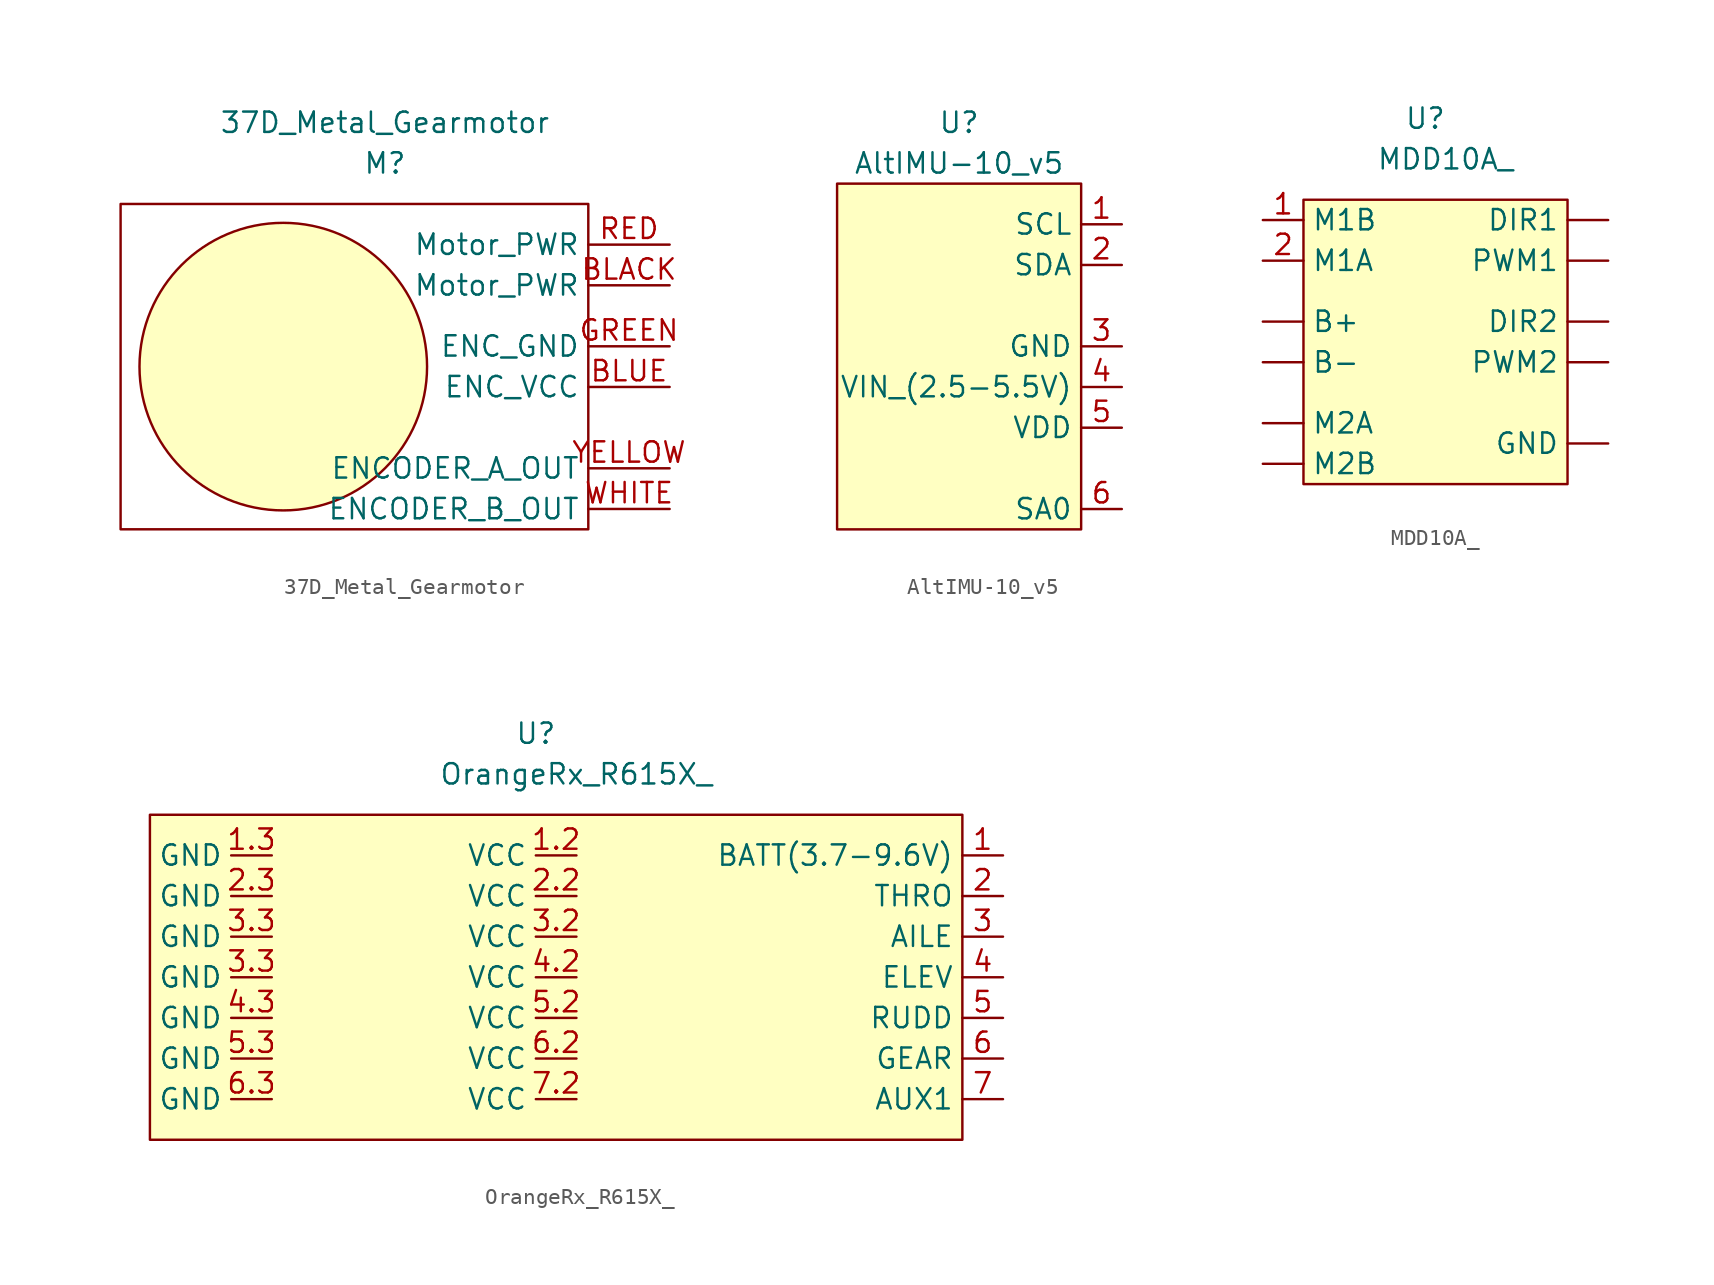
<source format=kicad_sym>
(kicad_symbol_lib
  (version 20211014)
  (generator kicad_symbol_editor)
  (symbol "37D_Metal_Gearmotor"
    (property "Reference" "M"
      (at -5.08 -1.27 0)
      (effects (font (size 1.27 1.27))))
    (property "Value" "37D_Metal_Gearmotor"
      (at -5.08 1.27 0)
      (effects (font (size 1.27 1.27))))
    (symbol "37D_Metal_Gearmotor_0_1"
      (rectangle (start -21.59 -3.81) (end 7.62 -24.13) (stroke (width 0) (type default) (color 0 0 0 0)) (fill (type none)))
      (circle (center -11.43 -13.97) (radius 8.98) (stroke (width 0) (type default) (color 0 0 0 0)) (fill (type background))))
    (symbol "37D_Metal_Gearmotor_1_1"
      (pin input line (at 12.7 -8.89 180) (length 5.08) (name "Motor_PWR" (effects (font (size 1.27 1.27)))) (number "BLACK" (effects (font (size 1.27 1.27)))))
      (pin input line (at 12.7 -15.24 180) (length 5.08) (name "ENC_VCC" (effects (font (size 1.27 1.27)))) (number "BLUE" (effects (font (size 1.27 1.27)))))
      (pin input line (at 12.7 -12.7 180) (length 5.08) (name "ENC_GND" (effects (font (size 1.27 1.27)))) (number "GREEN" (effects (font (size 1.27 1.27)))))
      (pin input line (at 12.7 -6.35 180) (length 5.08) (name "Motor_PWR" (effects (font (size 1.27 1.27)))) (number "RED" (effects (font (size 1.27 1.27)))))
      (pin input line (at 12.7 -22.86 180) (length 5.08) (name "ENCODER_B_OUT" (effects (font (size 1.27 1.27)))) (number "WHITE" (effects (font (size 1.27 1.27)))))
      (pin input line (at 12.7 -20.32 180) (length 5.08) (name "ENCODER_A_OUT" (effects (font (size 1.27 1.27)))) (number "YELLOW" (effects (font (size 1.27 1.27)))))))
  (symbol "AltIMU-10_v5"
    (property "Reference" "U"
      (at -13.97 3.81 0)
      (effects (font (size 1.27 1.27))))
    (property "Value" "AltIMU-10_v5"
      (at -13.97 1.27 0)
      (effects (font (size 1.27 1.27))))
    (symbol "AltIMU-10_v5_0_1"
      (rectangle (start -21.59 0) (end -6.35 -21.59) (stroke (width 0) (type default) (color 0 0 0 0)) (fill (type background))))
    (symbol "AltIMU-10_v5_1_1"
      (pin input line (at -3.81 -2.54 180) (length 2.54) (name "SCL" (effects (font (size 1.27 1.27)))) (number "1" (effects (font (size 1.27 1.27)))))
      (pin input line (at -3.81 -5.08 180) (length 2.54) (name "SDA" (effects (font (size 1.27 1.27)))) (number "2" (effects (font (size 1.27 1.27)))))
      (pin input line (at -3.81 -10.16 180) (length 2.54) (name "GND" (effects (font (size 1.27 1.27)))) (number "3" (effects (font (size 1.27 1.27)))))
      (pin input line (at -3.81 -12.7 180) (length 2.54) (name "VIN_(2.5-5.5V)" (effects (font (size 1.27 1.27)))) (number "4" (effects (font (size 1.27 1.27)))))
      (pin input line (at -3.81 -15.24 180) (length 2.54) (name "VDD" (effects (font (size 1.27 1.27)))) (number "5" (effects (font (size 1.27 1.27)))))
      (pin input line (at -3.81 -20.32 180) (length 2.54) (name "SA0" (effects (font (size 1.27 1.27)))) (number "6" (effects (font (size 1.27 1.27)))))))
  (symbol "MDD10A_"
    (property "Reference" "U"
      (at 2.54 2.54 0)
      (effects (font (size 1.27 1.27))))
    (property "Value" "MDD10A_"
      (at 3.81 0 0)
      (effects (font (size 1.27 1.27))))
    (symbol "MDD10A__0_1"
      (rectangle (start -5.08 -2.54) (end 11.43 -20.32) (stroke (width 0) (type default) (color 0 0 0 0)) (fill (type background))))
    (symbol "MDD10A__1_1"
      (pin input line (at -7.62 -10.16 0) (length 2.54) (name "B+" (effects (font (size 1.27 1.27)))) (number "" (effects (font (size 1.27 1.27)))))
      (pin input line (at -7.62 -12.7 0) (length 2.54) (name "B-" (effects (font (size 1.27 1.27)))) (number "" (effects (font (size 1.27 1.27)))))
      (pin input line (at 13.97 -3.81 180) (length 2.54) (name "DIR1" (effects (font (size 1.27 1.27)))) (number "" (effects (font (size 1.27 1.27)))))
      (pin input line (at 13.97 -10.16 180) (length 2.54) (name "DIR2" (effects (font (size 1.27 1.27)))) (number "" (effects (font (size 1.27 1.27)))))
      (pin input line (at 13.97 -17.78 180) (length 2.54) (name "GND" (effects (font (size 1.27 1.27)))) (number "" (effects (font (size 1.27 1.27)))))
      (pin input line (at -7.62 -16.51 0) (length 2.54) (name "M2A" (effects (font (size 1.27 1.27)))) (number "" (effects (font (size 1.27 1.27)))))
      (pin input line (at -7.62 -19.05 0) (length 2.54) (name "M2B" (effects (font (size 1.27 1.27)))) (number "" (effects (font (size 1.27 1.27)))))
      (pin input line (at 13.97 -6.35 180) (length 2.54) (name "PWM1" (effects (font (size 1.27 1.27)))) (number "" (effects (font (size 1.27 1.27)))))
      (pin input line (at 13.97 -12.7 180) (length 2.54) (name "PWM2" (effects (font (size 1.27 1.27)))) (number "" (effects (font (size 1.27 1.27)))))
      (pin input line (at -7.62 -3.81 0) (length 2.54) (name "M1B" (effects (font (size 1.27 1.27)))) (number "1" (effects (font (size 1.27 1.27)))))
      (pin input line (at -7.62 -6.35 0) (length 2.54) (name "M1A" (effects (font (size 1.27 1.27)))) (number "2" (effects (font (size 1.27 1.27)))))))
  (symbol "OrangeRx_R615X_"
    (property "Reference" "U"
      (at 0 0 0)
      (effects (font (size 1.27 1.27))))
    (property "Value" "OrangeRx_R615X_"
      (at 2.54 -2.54 0)
      (effects (font (size 1.27 1.27))))
    (symbol "OrangeRx_R615X__0_1"
      (rectangle (start -24.13 -5.08) (end 26.67 -25.4) (stroke (width 0) (type default) (color 0 0 0 0)) (fill (type background))))
    (symbol "OrangeRx_R615X__1_1"
      (pin input line (at 29.21 -7.62 180) (length 2.54) (name "BATT(3.7-9.6V)" (effects (font (size 1.27 1.27)))) (number "1" (effects (font (size 1.27 1.27)))))
      (pin input line (at 2.54 -7.62 180) (length 2.54) (name "VCC" (effects (font (size 1.27 1.27)))) (number "1.2" (effects (font (size 1.27 1.27)))))
      (pin input line (at -16.51 -7.62 180) (length 2.54) (name "GND" (effects (font (size 1.27 1.27)))) (number "1.3" (effects (font (size 1.27 1.27)))))
      (pin input line (at 29.21 -10.16 180) (length 2.54) (name "THRO" (effects (font (size 1.27 1.27)))) (number "2" (effects (font (size 1.27 1.27)))))
      (pin input line (at 2.54 -10.16 180) (length 2.54) (name "VCC" (effects (font (size 1.27 1.27)))) (number "2.2" (effects (font (size 1.27 1.27)))))
      (pin input line (at -16.51 -10.16 180) (length 2.54) (name "GND" (effects (font (size 1.27 1.27)))) (number "2.3" (effects (font (size 1.27 1.27)))))
      (pin input line (at 29.21 -12.7 180) (length 2.54) (name "AILE" (effects (font (size 1.27 1.27)))) (number "3" (effects (font (size 1.27 1.27)))))
      (pin input line (at 2.54 -12.7 180) (length 2.54) (name "VCC" (effects (font (size 1.27 1.27)))) (number "3.2" (effects (font (size 1.27 1.27)))))
      (pin input line (at -16.51 -15.24 180) (length 2.54) (name "GND" (effects (font (size 1.27 1.27)))) (number "3.3" (effects (font (size 1.27 1.27)))))
      (pin input line (at -16.51 -12.7 180) (length 2.54) (name "GND" (effects (font (size 1.27 1.27)))) (number "3.3" (effects (font (size 1.27 1.27)))))
      (pin input line (at 29.21 -15.24 180) (length 2.54) (name "ELEV" (effects (font (size 1.27 1.27)))) (number "4" (effects (font (size 1.27 1.27)))))
      (pin input line (at 2.54 -15.24 180) (length 2.54) (name "VCC" (effects (font (size 1.27 1.27)))) (number "4.2" (effects (font (size 1.27 1.27)))))
      (pin input line (at -16.51 -17.78 180) (length 2.54) (name "GND" (effects (font (size 1.27 1.27)))) (number "4.3" (effects (font (size 1.27 1.27)))))
      (pin input line (at 29.21 -17.78 180) (length 2.54) (name "RUDD" (effects (font (size 1.27 1.27)))) (number "5" (effects (font (size 1.27 1.27)))))
      (pin input line (at 2.54 -17.78 180) (length 2.54) (name "VCC" (effects (font (size 1.27 1.27)))) (number "5.2" (effects (font (size 1.27 1.27)))))
      (pin input line (at -16.51 -20.32 180) (length 2.54) (name "GND" (effects (font (size 1.27 1.27)))) (number "5.3" (effects (font (size 1.27 1.27)))))
      (pin input line (at 29.21 -20.32 180) (length 2.54) (name "GEAR" (effects (font (size 1.27 1.27)))) (number "6" (effects (font (size 1.27 1.27)))))
      (pin input line (at 2.54 -20.32 180) (length 2.54) (name "VCC" (effects (font (size 1.27 1.27)))) (number "6.2" (effects (font (size 1.27 1.27)))))
      (pin input line (at -16.51 -22.86 180) (length 2.54) (name "GND" (effects (font (size 1.27 1.27)))) (number "6.3" (effects (font (size 1.27 1.27)))))
      (pin input line (at 29.21 -22.86 180) (length 2.54) (name "AUX1" (effects (font (size 1.27 1.27)))) (number "7" (effects (font (size 1.27 1.27)))))
      (pin input line (at 2.54 -22.86 180) (length 2.54) (name "VCC" (effects (font (size 1.27 1.27)))) (number "7.2" (effects (font (size 1.27 1.27))))))))
</source>
